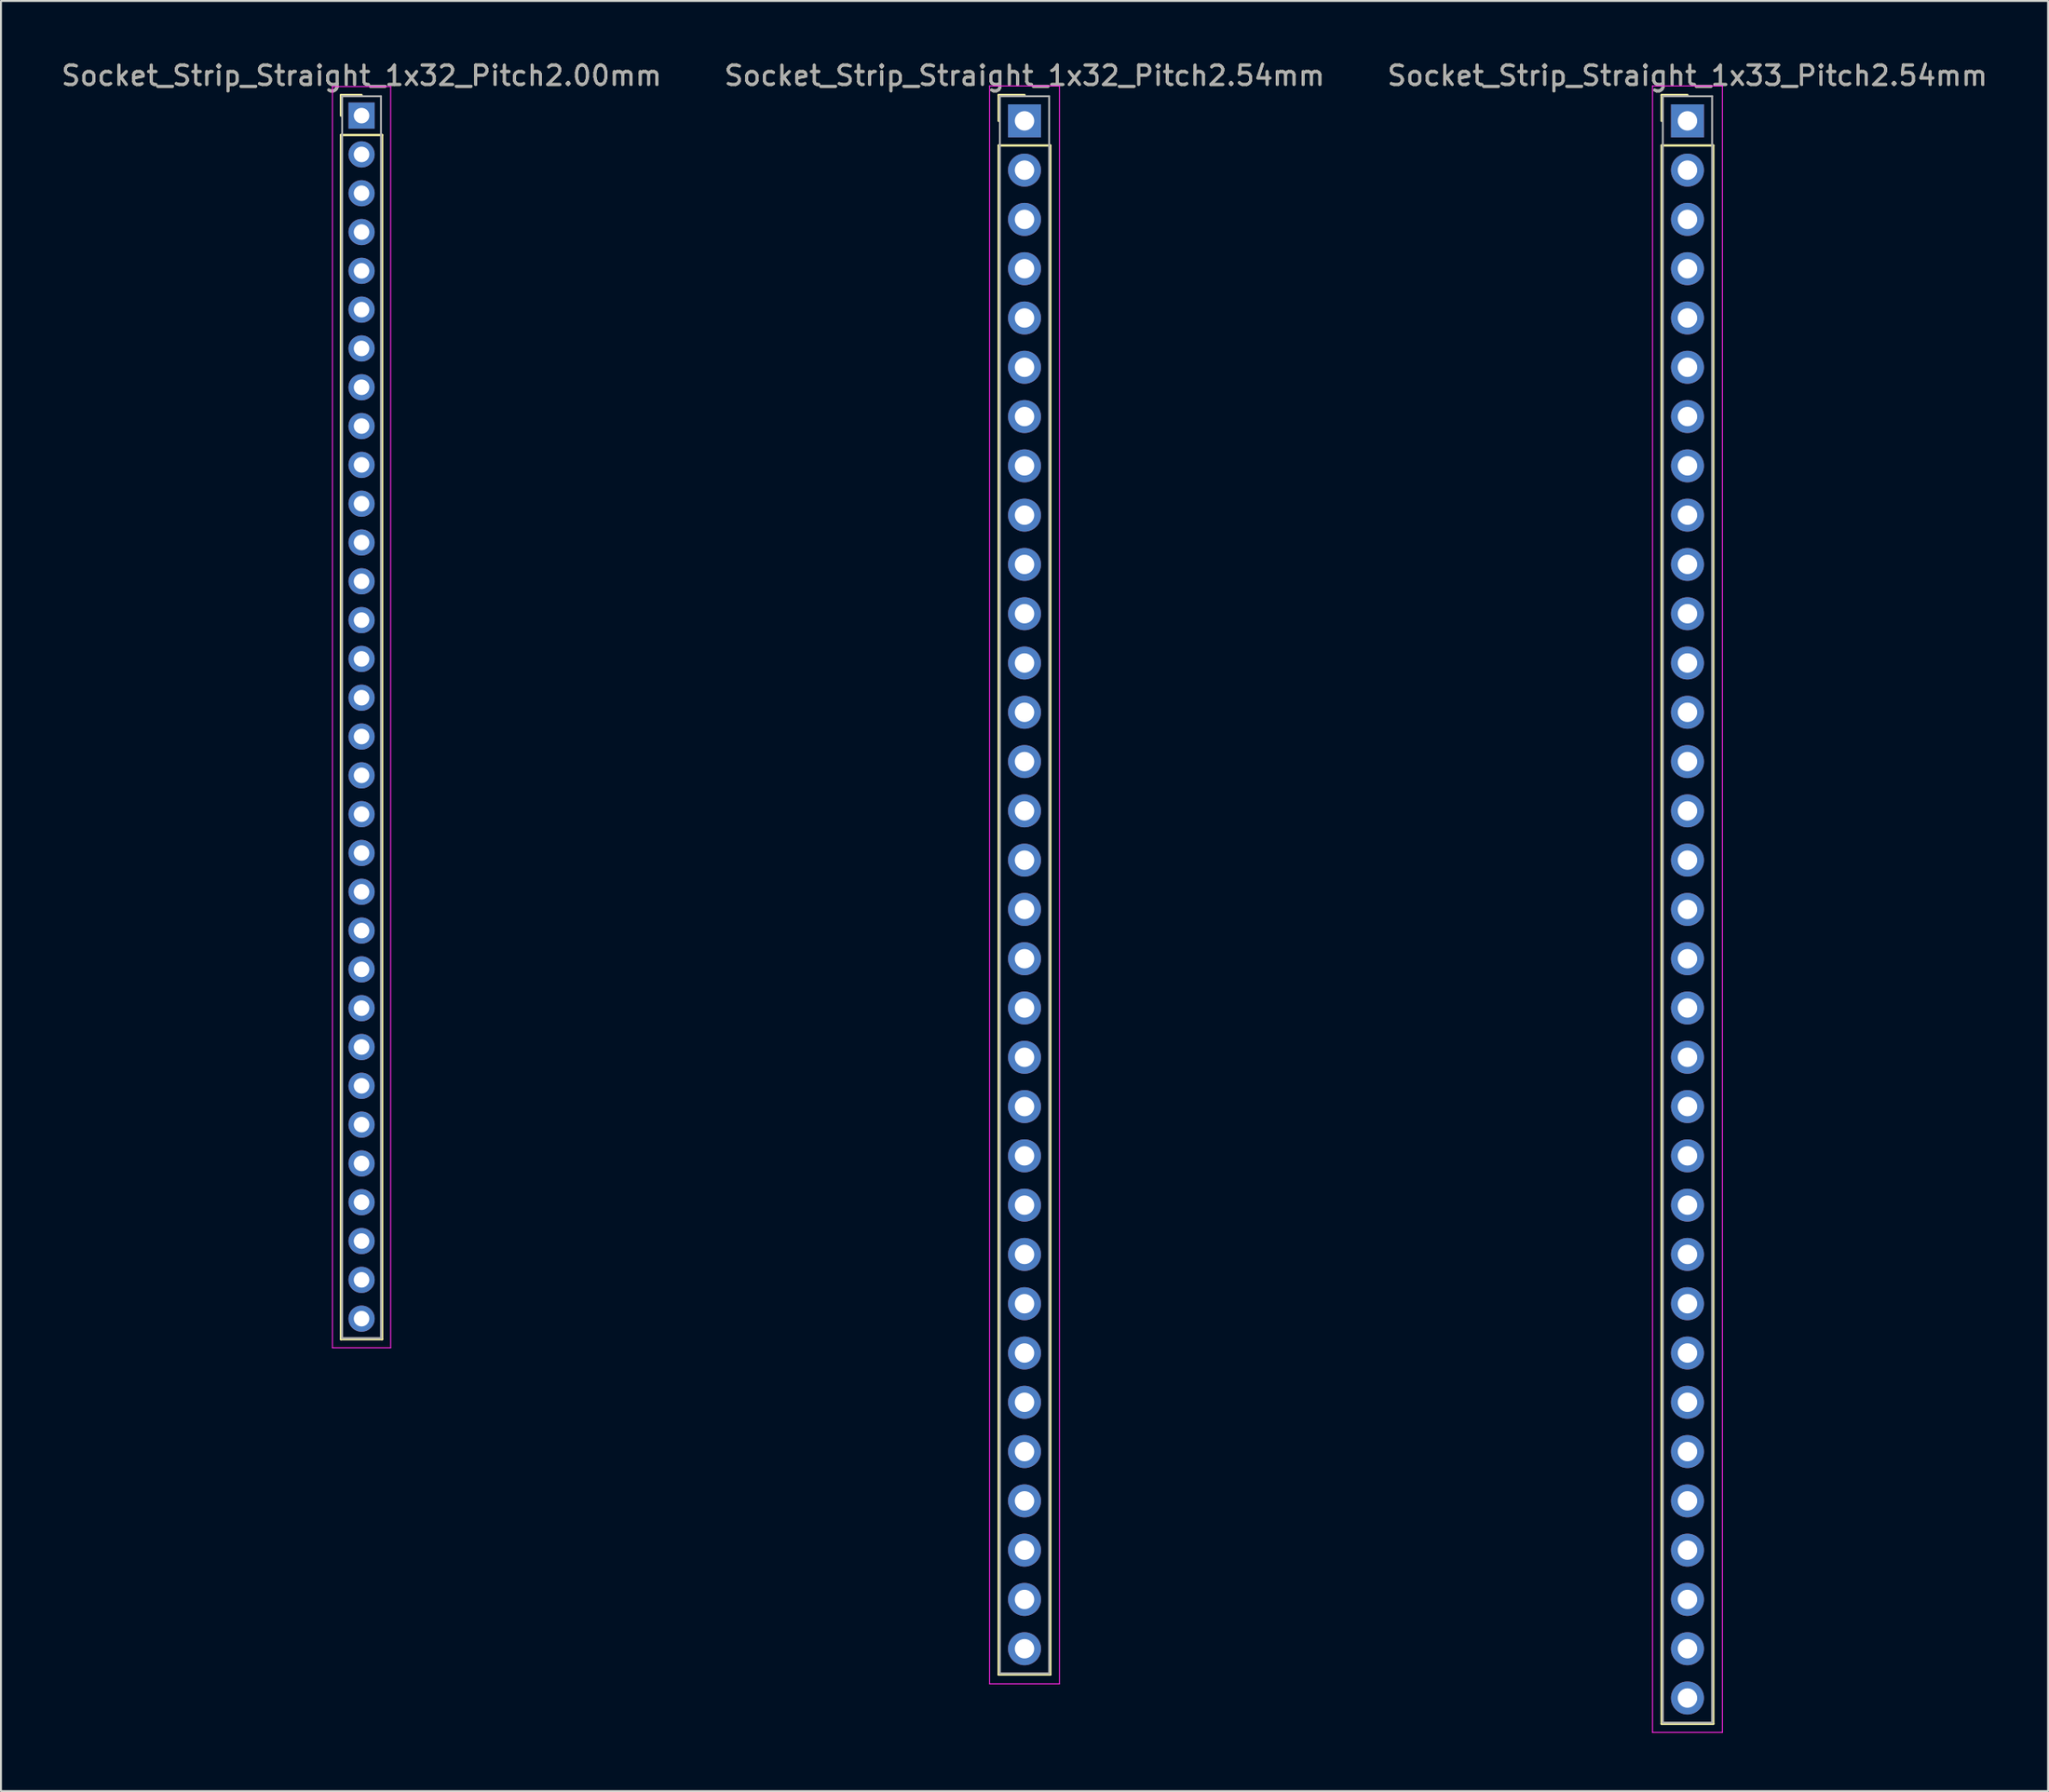
<source format=kicad_pcb>
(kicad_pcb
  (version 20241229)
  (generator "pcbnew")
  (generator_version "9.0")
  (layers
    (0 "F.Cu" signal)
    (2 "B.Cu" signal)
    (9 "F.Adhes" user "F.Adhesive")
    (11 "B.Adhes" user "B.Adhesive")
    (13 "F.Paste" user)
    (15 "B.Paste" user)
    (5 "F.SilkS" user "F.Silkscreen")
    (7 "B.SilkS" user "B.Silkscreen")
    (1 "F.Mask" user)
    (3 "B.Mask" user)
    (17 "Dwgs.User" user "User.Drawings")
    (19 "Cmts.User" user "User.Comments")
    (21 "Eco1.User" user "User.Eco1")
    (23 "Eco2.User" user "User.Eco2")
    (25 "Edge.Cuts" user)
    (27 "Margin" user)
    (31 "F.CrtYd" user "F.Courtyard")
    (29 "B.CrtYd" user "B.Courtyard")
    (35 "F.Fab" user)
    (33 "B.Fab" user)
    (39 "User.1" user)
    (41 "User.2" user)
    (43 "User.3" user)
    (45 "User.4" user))
  (footprint "Socket_Strip_Straight_1x32_Pitch2.54mm"
    (layer "F.Cu")
    (at 49.732 3.178)
    (property "Reference" "Socket_Strip_Straight_1x32_Pitch2.54mm" (at 0 -2.33 0) (layer "F.SilkS") (effects (font (size 1 1) (thickness 0.15))))
    (attr through_hole)
    (fp_line (start -1.33 -1.33) (end 0 -1.33) (stroke (width 0.12) (type solid)) (layer "F.SilkS"))
    (fp_line (start -1.33 0) (end -1.33 -1.33) (stroke (width 0.12) (type solid)) (layer "F.SilkS"))
    (fp_line (start -1.33 1.27) (end -1.33 80.07) (stroke (width 0.12) (type solid)) (layer "F.SilkS"))
    (fp_line (start -1.33 80.07) (end 1.33 80.07) (stroke (width 0.12) (type solid)) (layer "F.SilkS"))
    (fp_line (start 1.33 1.27) (end -1.33 1.27) (stroke (width 0.12) (type solid)) (layer "F.SilkS"))
    (fp_line (start 1.33 80.07) (end 1.33 1.27) (stroke (width 0.12) (type solid)) (layer "F.SilkS"))
    (fp_line (start -1.8 -1.8) (end -1.8 80.55) (stroke (width 0.05) (type solid)) (layer "F.CrtYd"))
    (fp_line (start -1.8 80.55) (end 1.8 80.55) (stroke (width 0.05) (type solid)) (layer "F.CrtYd"))
    (fp_line (start 1.8 -1.8) (end -1.8 -1.8) (stroke (width 0.05) (type solid)) (layer "F.CrtYd"))
    (fp_line (start 1.8 80.55) (end 1.8 -1.8) (stroke (width 0.05) (type solid)) (layer "F.CrtYd"))
    (fp_line (start -1.27 -1.27) (end -1.27 80.01) (stroke (width 0.1) (type solid)) (layer "F.Fab"))
    (fp_line (start -1.27 80.01) (end 1.27 80.01) (stroke (width 0.1) (type solid)) (layer "F.Fab"))
    (fp_line (start 1.27 -1.27) (end -1.27 -1.27) (stroke (width 0.1) (type solid)) (layer "F.Fab"))
    (fp_line (start 1.27 80.01) (end 1.27 -1.27) (stroke (width 0.1) (type solid)) (layer "F.Fab"))
    (fp_text user "${REFERENCE}" (at 0 -2.33 0) (layer "F.Fab") (effects (font (size 1 1) (thickness 0.15))))
    (pad "1" thru_hole rect (at 0 0) (size 1.7 1.7) (drill 1) (layers "*.Cu" "*.Mask"))
    (pad "2" thru_hole oval (at 0 2.54) (size 1.7 1.7) (drill 1) (layers "*.Cu" "*.Mask"))
    (pad "3" thru_hole oval (at 0 5.08) (size 1.7 1.7) (drill 1) (layers "*.Cu" "*.Mask"))
    (pad "4" thru_hole oval (at 0 7.62) (size 1.7 1.7) (drill 1) (layers "*.Cu" "*.Mask"))
    (pad "5" thru_hole oval (at 0 10.16) (size 1.7 1.7) (drill 1) (layers "*.Cu" "*.Mask"))
    (pad "6" thru_hole oval (at 0 12.7) (size 1.7 1.7) (drill 1) (layers "*.Cu" "*.Mask"))
    (pad "7" thru_hole oval (at 0 15.24) (size 1.7 1.7) (drill 1) (layers "*.Cu" "*.Mask"))
    (pad "8" thru_hole oval (at 0 17.78) (size 1.7 1.7) (drill 1) (layers "*.Cu" "*.Mask"))
    (pad "9" thru_hole oval (at 0 20.32) (size 1.7 1.7) (drill 1) (layers "*.Cu" "*.Mask"))
    (pad "10" thru_hole oval (at 0 22.86) (size 1.7 1.7) (drill 1) (layers "*.Cu" "*.Mask"))
    (pad "11" thru_hole oval (at 0 25.4) (size 1.7 1.7) (drill 1) (layers "*.Cu" "*.Mask"))
    (pad "12" thru_hole oval (at 0 27.94) (size 1.7 1.7) (drill 1) (layers "*.Cu" "*.Mask"))
    (pad "13" thru_hole oval (at 0 30.48) (size 1.7 1.7) (drill 1) (layers "*.Cu" "*.Mask"))
    (pad "14" thru_hole oval (at 0 33.02) (size 1.7 1.7) (drill 1) (layers "*.Cu" "*.Mask"))
    (pad "15" thru_hole oval (at 0 35.56) (size 1.7 1.7) (drill 1) (layers "*.Cu" "*.Mask"))
    (pad "16" thru_hole oval (at 0 38.1) (size 1.7 1.7) (drill 1) (layers "*.Cu" "*.Mask"))
    (pad "17" thru_hole oval (at 0 40.64) (size 1.7 1.7) (drill 1) (layers "*.Cu" "*.Mask"))
    (pad "18" thru_hole oval (at 0 43.18) (size 1.7 1.7) (drill 1) (layers "*.Cu" "*.Mask"))
    (pad "19" thru_hole oval (at 0 45.72) (size 1.7 1.7) (drill 1) (layers "*.Cu" "*.Mask"))
    (pad "20" thru_hole oval (at 0 48.26) (size 1.7 1.7) (drill 1) (layers "*.Cu" "*.Mask"))
    (pad "21" thru_hole oval (at 0 50.8) (size 1.7 1.7) (drill 1) (layers "*.Cu" "*.Mask"))
    (pad "22" thru_hole oval (at 0 53.34) (size 1.7 1.7) (drill 1) (layers "*.Cu" "*.Mask"))
    (pad "23" thru_hole oval (at 0 55.88) (size 1.7 1.7) (drill 1) (layers "*.Cu" "*.Mask"))
    (pad "24" thru_hole oval (at 0 58.42) (size 1.7 1.7) (drill 1) (layers "*.Cu" "*.Mask"))
    (pad "25" thru_hole oval (at 0 60.96) (size 1.7 1.7) (drill 1) (layers "*.Cu" "*.Mask"))
    (pad "26" thru_hole oval (at 0 63.5) (size 1.7 1.7) (drill 1) (layers "*.Cu" "*.Mask"))
    (pad "27" thru_hole oval (at 0 66.04) (size 1.7 1.7) (drill 1) (layers "*.Cu" "*.Mask"))
    (pad "28" thru_hole oval (at 0 68.58) (size 1.7 1.7) (drill 1) (layers "*.Cu" "*.Mask"))
    (pad "29" thru_hole oval (at 0 71.12) (size 1.7 1.7) (drill 1) (layers "*.Cu" "*.Mask"))
    (pad "30" thru_hole oval (at 0 73.66) (size 1.7 1.7) (drill 1) (layers "*.Cu" "*.Mask"))
    (pad "31" thru_hole oval (at 0 76.2) (size 1.7 1.7) (drill 1) (layers "*.Cu" "*.Mask"))
    (pad "32" thru_hole oval (at 0 78.74) (size 1.7 1.7) (drill 1) (layers "*.Cu" "*.Mask")))
  (footprint "Socket_Strip_Straight_1x32_Pitch2.00mm"
    (layer "F.Cu")
    (at 15.577 2.908)
    (property "Reference" "Socket_Strip_Straight_1x32_Pitch2.00mm" (at 0 -2.06 0) (layer "F.SilkS") (effects (font (size 1 1) (thickness 0.15))))
    (attr through_hole)
    (fp_line (start -1.06 -1.06) (end 0 -1.06) (stroke (width 0.12) (type solid)) (layer "F.SilkS"))
    (fp_line (start -1.06 0) (end -1.06 -1.06) (stroke (width 0.12) (type solid)) (layer "F.SilkS"))
    (fp_line (start -1.06 1) (end -1.06 63.06) (stroke (width 0.12) (type solid)) (layer "F.SilkS"))
    (fp_line (start -1.06 63.06) (end 1.06 63.06) (stroke (width 0.12) (type solid)) (layer "F.SilkS"))
    (fp_line (start 1.06 1) (end -1.06 1) (stroke (width 0.12) (type solid)) (layer "F.SilkS"))
    (fp_line (start 1.06 63.06) (end 1.06 1) (stroke (width 0.12) (type solid)) (layer "F.SilkS"))
    (fp_line (start -1.5 -1.5) (end -1.5 63.5) (stroke (width 0.05) (type solid)) (layer "F.CrtYd"))
    (fp_line (start -1.5 63.5) (end 1.5 63.5) (stroke (width 0.05) (type solid)) (layer "F.CrtYd"))
    (fp_line (start 1.5 -1.5) (end -1.5 -1.5) (stroke (width 0.05) (type solid)) (layer "F.CrtYd"))
    (fp_line (start 1.5 63.5) (end 1.5 -1.5) (stroke (width 0.05) (type solid)) (layer "F.CrtYd"))
    (fp_line (start -1 -1) (end -1 63) (stroke (width 0.1) (type solid)) (layer "F.Fab"))
    (fp_line (start -1 63) (end 1 63) (stroke (width 0.1) (type solid)) (layer "F.Fab"))
    (fp_line (start 1 -1) (end -1 -1) (stroke (width 0.1) (type solid)) (layer "F.Fab"))
    (fp_line (start 1 63) (end 1 -1) (stroke (width 0.1) (type solid)) (layer "F.Fab"))
    (fp_text user "${REFERENCE}" (at 0 -2.06 0) (layer "F.Fab") (effects (font (size 1 1) (thickness 0.15))))
    (pad "1" thru_hole rect (at 0 0) (size 1.35 1.35) (drill 0.8) (layers "*.Cu" "*.Mask"))
    (pad "2" thru_hole oval (at 0 2) (size 1.35 1.35) (drill 0.8) (layers "*.Cu" "*.Mask"))
    (pad "3" thru_hole oval (at 0 4) (size 1.35 1.35) (drill 0.8) (layers "*.Cu" "*.Mask"))
    (pad "4" thru_hole oval (at 0 6) (size 1.35 1.35) (drill 0.8) (layers "*.Cu" "*.Mask"))
    (pad "5" thru_hole oval (at 0 8) (size 1.35 1.35) (drill 0.8) (layers "*.Cu" "*.Mask"))
    (pad "6" thru_hole oval (at 0 10) (size 1.35 1.35) (drill 0.8) (layers "*.Cu" "*.Mask"))
    (pad "7" thru_hole oval (at 0 12) (size 1.35 1.35) (drill 0.8) (layers "*.Cu" "*.Mask"))
    (pad "8" thru_hole oval (at 0 14) (size 1.35 1.35) (drill 0.8) (layers "*.Cu" "*.Mask"))
    (pad "9" thru_hole oval (at 0 16) (size 1.35 1.35) (drill 0.8) (layers "*.Cu" "*.Mask"))
    (pad "10" thru_hole oval (at 0 18) (size 1.35 1.35) (drill 0.8) (layers "*.Cu" "*.Mask"))
    (pad "11" thru_hole oval (at 0 20) (size 1.35 1.35) (drill 0.8) (layers "*.Cu" "*.Mask"))
    (pad "12" thru_hole oval (at 0 22) (size 1.35 1.35) (drill 0.8) (layers "*.Cu" "*.Mask"))
    (pad "13" thru_hole oval (at 0 24) (size 1.35 1.35) (drill 0.8) (layers "*.Cu" "*.Mask"))
    (pad "14" thru_hole oval (at 0 26) (size 1.35 1.35) (drill 0.8) (layers "*.Cu" "*.Mask"))
    (pad "15" thru_hole oval (at 0 28) (size 1.35 1.35) (drill 0.8) (layers "*.Cu" "*.Mask"))
    (pad "16" thru_hole oval (at 0 30) (size 1.35 1.35) (drill 0.8) (layers "*.Cu" "*.Mask"))
    (pad "17" thru_hole oval (at 0 32) (size 1.35 1.35) (drill 0.8) (layers "*.Cu" "*.Mask"))
    (pad "18" thru_hole oval (at 0 34) (size 1.35 1.35) (drill 0.8) (layers "*.Cu" "*.Mask"))
    (pad "19" thru_hole oval (at 0 36) (size 1.35 1.35) (drill 0.8) (layers "*.Cu" "*.Mask"))
    (pad "20" thru_hole oval (at 0 38) (size 1.35 1.35) (drill 0.8) (layers "*.Cu" "*.Mask"))
    (pad "21" thru_hole oval (at 0 40) (size 1.35 1.35) (drill 0.8) (layers "*.Cu" "*.Mask"))
    (pad "22" thru_hole oval (at 0 42) (size 1.35 1.35) (drill 0.8) (layers "*.Cu" "*.Mask"))
    (pad "23" thru_hole oval (at 0 44) (size 1.35 1.35) (drill 0.8) (layers "*.Cu" "*.Mask"))
    (pad "24" thru_hole oval (at 0 46) (size 1.35 1.35) (drill 0.8) (layers "*.Cu" "*.Mask"))
    (pad "25" thru_hole oval (at 0 48) (size 1.35 1.35) (drill 0.8) (layers "*.Cu" "*.Mask"))
    (pad "26" thru_hole oval (at 0 50) (size 1.35 1.35) (drill 0.8) (layers "*.Cu" "*.Mask"))
    (pad "27" thru_hole oval (at 0 52) (size 1.35 1.35) (drill 0.8) (layers "*.Cu" "*.Mask"))
    (pad "28" thru_hole oval (at 0 54) (size 1.35 1.35) (drill 0.8) (layers "*.Cu" "*.Mask"))
    (pad "29" thru_hole oval (at 0 56) (size 1.35 1.35) (drill 0.8) (layers "*.Cu" "*.Mask"))
    (pad "30" thru_hole oval (at 0 58) (size 1.35 1.35) (drill 0.8) (layers "*.Cu" "*.Mask"))
    (pad "31" thru_hole oval (at 0 60) (size 1.35 1.35) (drill 0.8) (layers "*.Cu" "*.Mask"))
    (pad "32" thru_hole oval (at 0 62) (size 1.35 1.35) (drill 0.8) (layers "*.Cu" "*.Mask")))
  (footprint "Socket_Strip_Straight_1x33_Pitch2.54mm"
    (layer "F.Cu")
    (at 83.887 3.178)
    (property "Reference" "Socket_Strip_Straight_1x33_Pitch2.54mm" (at 0 -2.33 0) (layer "F.SilkS") (effects (font (size 1 1) (thickness 0.15))))
    (attr through_hole)
    (fp_line (start -1.33 -1.33) (end 0 -1.33) (stroke (width 0.12) (type solid)) (layer "F.SilkS"))
    (fp_line (start -1.33 0) (end -1.33 -1.33) (stroke (width 0.12) (type solid)) (layer "F.SilkS"))
    (fp_line (start -1.33 1.27) (end -1.33 82.61) (stroke (width 0.12) (type solid)) (layer "F.SilkS"))
    (fp_line (start -1.33 82.61) (end 1.33 82.61) (stroke (width 0.12) (type solid)) (layer "F.SilkS"))
    (fp_line (start 1.33 1.27) (end -1.33 1.27) (stroke (width 0.12) (type solid)) (layer "F.SilkS"))
    (fp_line (start 1.33 82.61) (end 1.33 1.27) (stroke (width 0.12) (type solid)) (layer "F.SilkS"))
    (fp_line (start -1.8 -1.8) (end -1.8 83.05) (stroke (width 0.05) (type solid)) (layer "F.CrtYd"))
    (fp_line (start -1.8 83.05) (end 1.8 83.05) (stroke (width 0.05) (type solid)) (layer "F.CrtYd"))
    (fp_line (start 1.8 -1.8) (end -1.8 -1.8) (stroke (width 0.05) (type solid)) (layer "F.CrtYd"))
    (fp_line (start 1.8 83.05) (end 1.8 -1.8) (stroke (width 0.05) (type solid)) (layer "F.CrtYd"))
    (fp_line (start -1.27 -1.27) (end -1.27 82.55) (stroke (width 0.1) (type solid)) (layer "F.Fab"))
    (fp_line (start -1.27 82.55) (end 1.27 82.55) (stroke (width 0.1) (type solid)) (layer "F.Fab"))
    (fp_line (start 1.27 -1.27) (end -1.27 -1.27) (stroke (width 0.1) (type solid)) (layer "F.Fab"))
    (fp_line (start 1.27 82.55) (end 1.27 -1.27) (stroke (width 0.1) (type solid)) (layer "F.Fab"))
    (fp_text user "${REFERENCE}" (at 0 -2.33 0) (layer "F.Fab") (effects (font (size 1 1) (thickness 0.15))))
    (pad "1" thru_hole rect (at 0 0) (size 1.7 1.7) (drill 1) (layers "*.Cu" "*.Mask"))
    (pad "2" thru_hole oval (at 0 2.54) (size 1.7 1.7) (drill 1) (layers "*.Cu" "*.Mask"))
    (pad "3" thru_hole oval (at 0 5.08) (size 1.7 1.7) (drill 1) (layers "*.Cu" "*.Mask"))
    (pad "4" thru_hole oval (at 0 7.62) (size 1.7 1.7) (drill 1) (layers "*.Cu" "*.Mask"))
    (pad "5" thru_hole oval (at 0 10.16) (size 1.7 1.7) (drill 1) (layers "*.Cu" "*.Mask"))
    (pad "6" thru_hole oval (at 0 12.7) (size 1.7 1.7) (drill 1) (layers "*.Cu" "*.Mask"))
    (pad "7" thru_hole oval (at 0 15.24) (size 1.7 1.7) (drill 1) (layers "*.Cu" "*.Mask"))
    (pad "8" thru_hole oval (at 0 17.78) (size 1.7 1.7) (drill 1) (layers "*.Cu" "*.Mask"))
    (pad "9" thru_hole oval (at 0 20.32) (size 1.7 1.7) (drill 1) (layers "*.Cu" "*.Mask"))
    (pad "10" thru_hole oval (at 0 22.86) (size 1.7 1.7) (drill 1) (layers "*.Cu" "*.Mask"))
    (pad "11" thru_hole oval (at 0 25.4) (size 1.7 1.7) (drill 1) (layers "*.Cu" "*.Mask"))
    (pad "12" thru_hole oval (at 0 27.94) (size 1.7 1.7) (drill 1) (layers "*.Cu" "*.Mask"))
    (pad "13" thru_hole oval (at 0 30.48) (size 1.7 1.7) (drill 1) (layers "*.Cu" "*.Mask"))
    (pad "14" thru_hole oval (at 0 33.02) (size 1.7 1.7) (drill 1) (layers "*.Cu" "*.Mask"))
    (pad "15" thru_hole oval (at 0 35.56) (size 1.7 1.7) (drill 1) (layers "*.Cu" "*.Mask"))
    (pad "16" thru_hole oval (at 0 38.1) (size 1.7 1.7) (drill 1) (layers "*.Cu" "*.Mask"))
    (pad "17" thru_hole oval (at 0 40.64) (size 1.7 1.7) (drill 1) (layers "*.Cu" "*.Mask"))
    (pad "18" thru_hole oval (at 0 43.18) (size 1.7 1.7) (drill 1) (layers "*.Cu" "*.Mask"))
    (pad "19" thru_hole oval (at 0 45.72) (size 1.7 1.7) (drill 1) (layers "*.Cu" "*.Mask"))
    (pad "20" thru_hole oval (at 0 48.26) (size 1.7 1.7) (drill 1) (layers "*.Cu" "*.Mask"))
    (pad "21" thru_hole oval (at 0 50.8) (size 1.7 1.7) (drill 1) (layers "*.Cu" "*.Mask"))
    (pad "22" thru_hole oval (at 0 53.34) (size 1.7 1.7) (drill 1) (layers "*.Cu" "*.Mask"))
    (pad "23" thru_hole oval (at 0 55.88) (size 1.7 1.7) (drill 1) (layers "*.Cu" "*.Mask"))
    (pad "24" thru_hole oval (at 0 58.42) (size 1.7 1.7) (drill 1) (layers "*.Cu" "*.Mask"))
    (pad "25" thru_hole oval (at 0 60.96) (size 1.7 1.7) (drill 1) (layers "*.Cu" "*.Mask"))
    (pad "26" thru_hole oval (at 0 63.5) (size 1.7 1.7) (drill 1) (layers "*.Cu" "*.Mask"))
    (pad "27" thru_hole oval (at 0 66.04) (size 1.7 1.7) (drill 1) (layers "*.Cu" "*.Mask"))
    (pad "28" thru_hole oval (at 0 68.58) (size 1.7 1.7) (drill 1) (layers "*.Cu" "*.Mask"))
    (pad "29" thru_hole oval (at 0 71.12) (size 1.7 1.7) (drill 1) (layers "*.Cu" "*.Mask"))
    (pad "30" thru_hole oval (at 0 73.66) (size 1.7 1.7) (drill 1) (layers "*.Cu" "*.Mask"))
    (pad "31" thru_hole oval (at 0 76.2) (size 1.7 1.7) (drill 1) (layers "*.Cu" "*.Mask"))
    (pad "32" thru_hole oval (at 0 78.74) (size 1.7 1.7) (drill 1) (layers "*.Cu" "*.Mask"))
    (pad "33" thru_hole oval (at 0 81.28) (size 1.7 1.7) (drill 1) (layers "*.Cu" "*.Mask")))
  (gr_rect
    (start -3 -3)
    (end 102.464 89.253)
    (stroke (width 0.1) (type default))
    (fill no)
    (layer "Edge.Cuts")))
</source>
